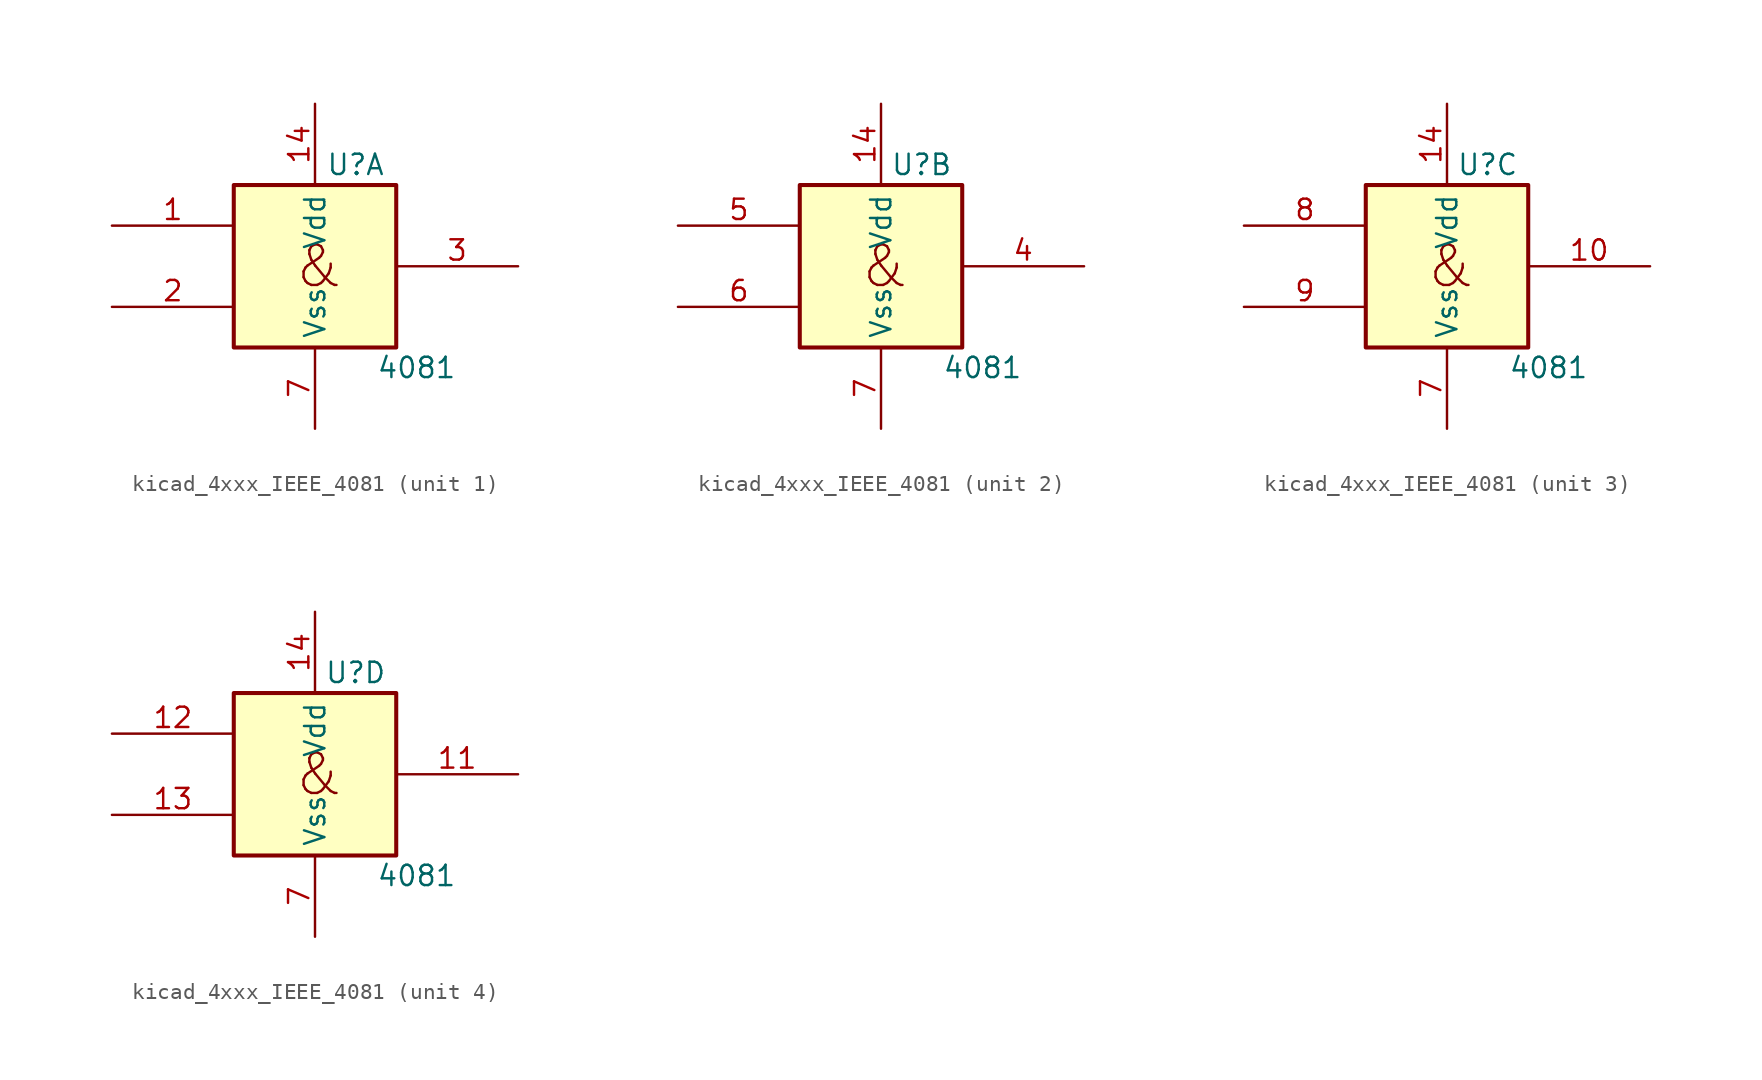
<source format=kicad_sym>
(kicad_symbol_lib
  (version 20220914)
  (generator kicad_symbol_editor)
  (symbol "kicad_4xxx_IEEE_4081"
    (property "Reference" "U"
      (at 2.54 6.35 0)
      (effects (font (size 1.27 1.27))))
    (property "Value" "4081"
      (at 6.35 -6.35 0)
      (effects (font (size 1.27 1.27))))
    (symbol "kicad_4xxx_IEEE_4081_0_0"
      (rectangle (start -5.08 5.08) (end 5.08 -5.08) (stroke (width 0.254) (type default)) (fill (type background)))
      (text "&" (at 0.254 0 0) (effects (font (size 2.54 2.54))))
      (pin power_in line (at 0 10.16 270) (length 5.08) (name "Vdd" (effects (font (size 1.27 1.27)))) (number "14" (effects (font (size 1.27 1.27)))))
      (pin power_in line (at 0 -10.16 90) (length 5.08) (name "Vss" (effects (font (size 1.27 1.27)))) (number "7" (effects (font (size 1.27 1.27))))))
    (symbol "kicad_4xxx_IEEE_4081_1_1"
      (pin input line (at -12.7 2.54 0) (length 7.62) (name "~" (effects (font (size 1.27 1.27)))) (number "1" (effects (font (size 1.27 1.27)))))
      (pin input line (at -12.7 -2.54 0) (length 7.62) (name "~" (effects (font (size 1.27 1.27)))) (number "2" (effects (font (size 1.27 1.27)))))
      (pin output line (at 12.7 0 180) (length 7.62) (name "~" (effects (font (size 1.27 1.27)))) (number "3" (effects (font (size 1.27 1.27))))))
    (symbol "kicad_4xxx_IEEE_4081_2_1"
      (pin output line (at 12.7 0 180) (length 7.62) (name "~" (effects (font (size 1.27 1.27)))) (number "4" (effects (font (size 1.27 1.27)))))
      (pin input line (at -12.7 2.54 0) (length 7.62) (name "~" (effects (font (size 1.27 1.27)))) (number "5" (effects (font (size 1.27 1.27)))))
      (pin input line (at -12.7 -2.54 0) (length 7.62) (name "~" (effects (font (size 1.27 1.27)))) (number "6" (effects (font (size 1.27 1.27))))))
    (symbol "kicad_4xxx_IEEE_4081_3_1"
      (pin output line (at 12.7 0 180) (length 7.62) (name "~" (effects (font (size 1.27 1.27)))) (number "10" (effects (font (size 1.27 1.27)))))
      (pin input line (at -12.7 2.54 0) (length 7.62) (name "~" (effects (font (size 1.27 1.27)))) (number "8" (effects (font (size 1.27 1.27)))))
      (pin input line (at -12.7 -2.54 0) (length 7.62) (name "~" (effects (font (size 1.27 1.27)))) (number "9" (effects (font (size 1.27 1.27))))))
    (symbol "kicad_4xxx_IEEE_4081_4_1"
      (pin output line (at 12.7 0 180) (length 7.62) (name "~" (effects (font (size 1.27 1.27)))) (number "11" (effects (font (size 1.27 1.27)))))
      (pin input line (at -12.7 2.54 0) (length 7.62) (name "~" (effects (font (size 1.27 1.27)))) (number "12" (effects (font (size 1.27 1.27)))))
      (pin input line (at -12.7 -2.54 0) (length 7.62) (name "~" (effects (font (size 1.27 1.27)))) (number "13" (effects (font (size 1.27 1.27))))))))
</source>
